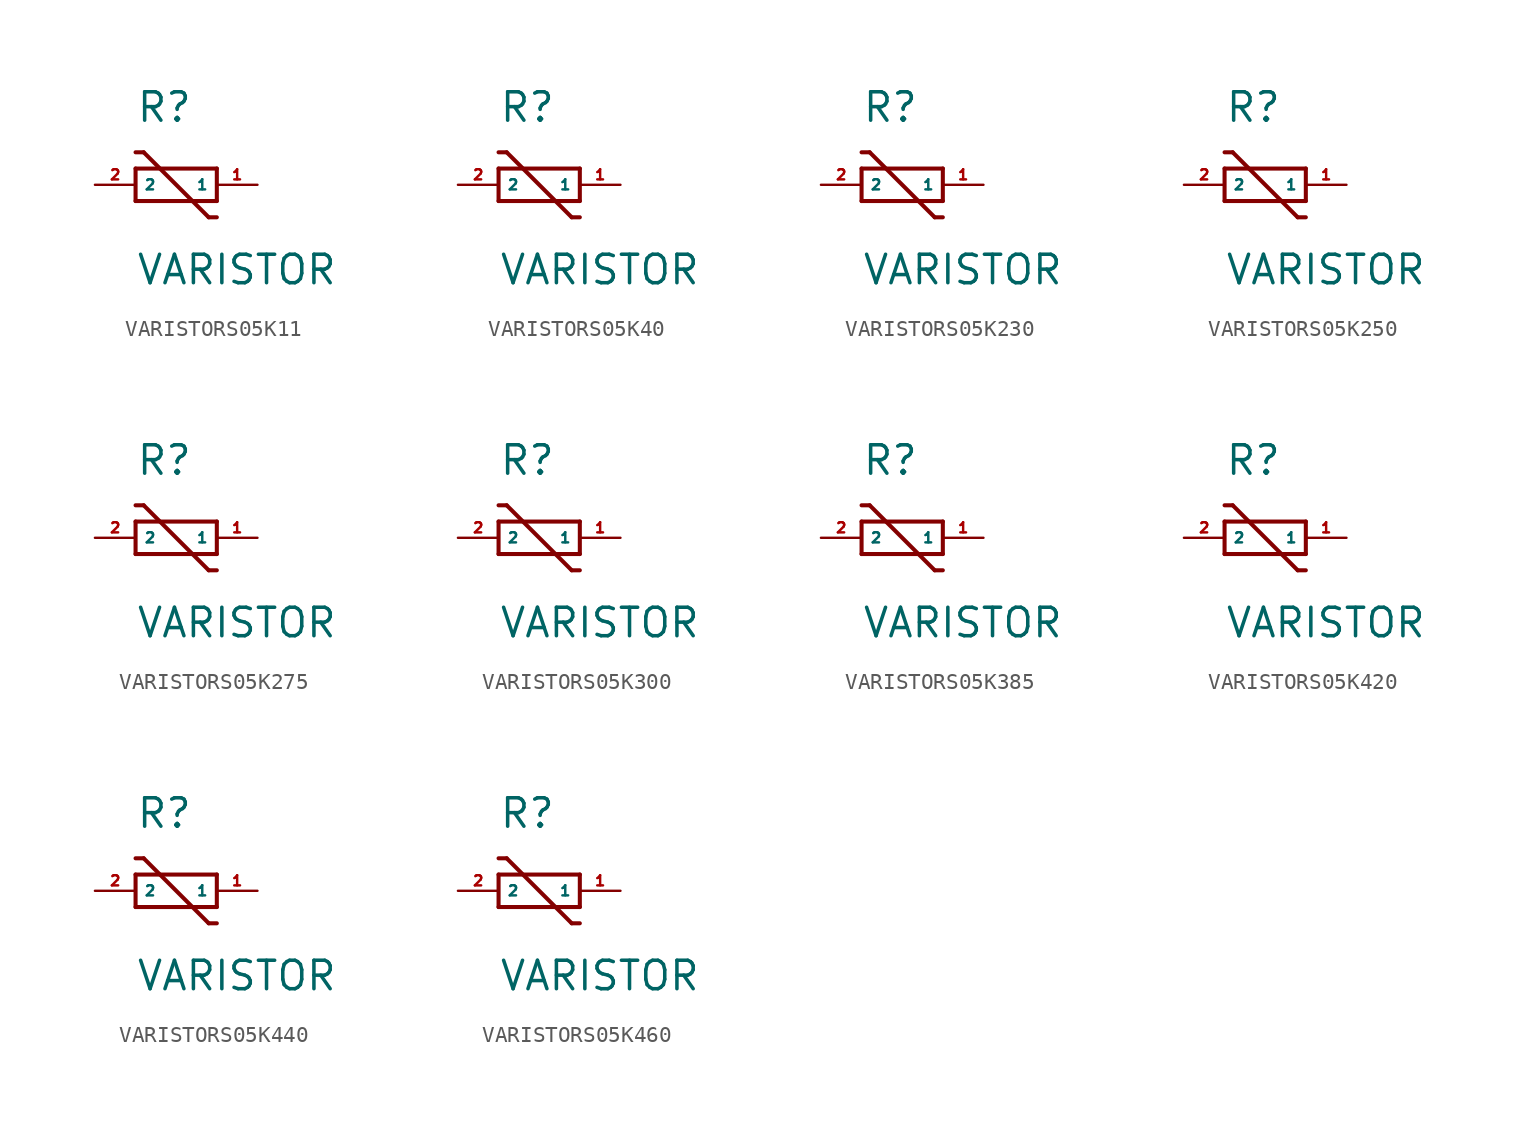
<source format=kicad_sym>
(kicad_symbol_lib
  (version 20220914)
  (generator Eagle2Kicad)
  (symbol "VARISTORS05K11"
    (property "Reference" "R"
      (at -2.54 3.81 0)
      (effects (font (size 1.778 1.778) (thickness 0.22)) (justify left bottom)))
    (property "Value" "VARISTOR"
      (at -2.54 -6.35 0)
      (effects (font (size 1.778 1.778) (thickness 0.22)) (justify left bottom)))
    (polyline
      (pts (xy 2.54 1.016) (xy 2.54 -1.016))
      (stroke (width 0.254) (type default))
      (fill (type none)))
    (polyline
      (pts (xy 2.54 -1.016) (xy -2.54 -1.016))
      (stroke (width 0.254) (type default))
      (fill (type none)))
    (polyline
      (pts (xy -2.54 -1.016) (xy -2.54 1.016))
      (stroke (width 0.254) (type default))
      (fill (type none)))
    (polyline
      (pts (xy -2.54 1.016) (xy 2.54 1.016))
      (stroke (width 0.254) (type default))
      (fill (type none)))
    (polyline
      (pts (xy 2.54 -2.032) (xy 2.032 -2.032))
      (stroke (width 0.254) (type default))
      (fill (type none)))
    (polyline
      (pts (xy -2.032 2.032) (xy -2.54 2.032))
      (stroke (width 0.254) (type default))
      (fill (type none)))
    (polyline
      (pts (xy 2.032 -2.032) (xy -2.032 2.032))
      (stroke (width 0.254) (type default))
      (fill (type none)))
    (pin passive line
      (at 5.08 0 180)
      (length 2.54)
      (name "1" (effects (font (size 0.635 0.635) (thickness 0.08)) (justify left bottom)))
      (number "1" (effects (font (size 0.635 0.635) (thickness 0.08)) (justify left bottom))))
    (pin passive line
      (at -5.08 0 0)
      (length 2.54)
      (name "2" (effects (font (size 0.635 0.635) (thickness 0.08)) (justify left bottom)))
      (number "2" (effects (font (size 0.635 0.635) (thickness 0.08)) (justify left bottom)))))
  (symbol "VARISTORS05K40"
    (property "Reference" "R"
      (at -2.54 3.81 0)
      (effects (font (size 1.778 1.778) (thickness 0.22)) (justify left bottom)))
    (property "Value" "VARISTOR"
      (at -2.54 -6.35 0)
      (effects (font (size 1.778 1.778) (thickness 0.22)) (justify left bottom)))
    (polyline
      (pts (xy 2.54 1.016) (xy 2.54 -1.016))
      (stroke (width 0.254) (type default))
      (fill (type none)))
    (polyline
      (pts (xy 2.54 -1.016) (xy -2.54 -1.016))
      (stroke (width 0.254) (type default))
      (fill (type none)))
    (polyline
      (pts (xy -2.54 -1.016) (xy -2.54 1.016))
      (stroke (width 0.254) (type default))
      (fill (type none)))
    (polyline
      (pts (xy -2.54 1.016) (xy 2.54 1.016))
      (stroke (width 0.254) (type default))
      (fill (type none)))
    (polyline
      (pts (xy 2.54 -2.032) (xy 2.032 -2.032))
      (stroke (width 0.254) (type default))
      (fill (type none)))
    (polyline
      (pts (xy -2.032 2.032) (xy -2.54 2.032))
      (stroke (width 0.254) (type default))
      (fill (type none)))
    (polyline
      (pts (xy 2.032 -2.032) (xy -2.032 2.032))
      (stroke (width 0.254) (type default))
      (fill (type none)))
    (pin passive line
      (at 5.08 0 180)
      (length 2.54)
      (name "1" (effects (font (size 0.635 0.635) (thickness 0.08)) (justify left bottom)))
      (number "1" (effects (font (size 0.635 0.635) (thickness 0.08)) (justify left bottom))))
    (pin passive line
      (at -5.08 0 0)
      (length 2.54)
      (name "2" (effects (font (size 0.635 0.635) (thickness 0.08)) (justify left bottom)))
      (number "2" (effects (font (size 0.635 0.635) (thickness 0.08)) (justify left bottom)))))
  (symbol "VARISTORS05K230"
    (property "Reference" "R"
      (at -2.54 3.81 0)
      (effects (font (size 1.778 1.778) (thickness 0.22)) (justify left bottom)))
    (property "Value" "VARISTOR"
      (at -2.54 -6.35 0)
      (effects (font (size 1.778 1.778) (thickness 0.22)) (justify left bottom)))
    (polyline
      (pts (xy 2.54 1.016) (xy 2.54 -1.016))
      (stroke (width 0.254) (type default))
      (fill (type none)))
    (polyline
      (pts (xy 2.54 -1.016) (xy -2.54 -1.016))
      (stroke (width 0.254) (type default))
      (fill (type none)))
    (polyline
      (pts (xy -2.54 -1.016) (xy -2.54 1.016))
      (stroke (width 0.254) (type default))
      (fill (type none)))
    (polyline
      (pts (xy -2.54 1.016) (xy 2.54 1.016))
      (stroke (width 0.254) (type default))
      (fill (type none)))
    (polyline
      (pts (xy 2.54 -2.032) (xy 2.032 -2.032))
      (stroke (width 0.254) (type default))
      (fill (type none)))
    (polyline
      (pts (xy -2.032 2.032) (xy -2.54 2.032))
      (stroke (width 0.254) (type default))
      (fill (type none)))
    (polyline
      (pts (xy 2.032 -2.032) (xy -2.032 2.032))
      (stroke (width 0.254) (type default))
      (fill (type none)))
    (pin passive line
      (at 5.08 0 180)
      (length 2.54)
      (name "1" (effects (font (size 0.635 0.635) (thickness 0.08)) (justify left bottom)))
      (number "1" (effects (font (size 0.635 0.635) (thickness 0.08)) (justify left bottom))))
    (pin passive line
      (at -5.08 0 0)
      (length 2.54)
      (name "2" (effects (font (size 0.635 0.635) (thickness 0.08)) (justify left bottom)))
      (number "2" (effects (font (size 0.635 0.635) (thickness 0.08)) (justify left bottom)))))
  (symbol "VARISTORS05K250"
    (property "Reference" "R"
      (at -2.54 3.81 0)
      (effects (font (size 1.778 1.778) (thickness 0.22)) (justify left bottom)))
    (property "Value" "VARISTOR"
      (at -2.54 -6.35 0)
      (effects (font (size 1.778 1.778) (thickness 0.22)) (justify left bottom)))
    (polyline
      (pts (xy 2.54 1.016) (xy 2.54 -1.016))
      (stroke (width 0.254) (type default))
      (fill (type none)))
    (polyline
      (pts (xy 2.54 -1.016) (xy -2.54 -1.016))
      (stroke (width 0.254) (type default))
      (fill (type none)))
    (polyline
      (pts (xy -2.54 -1.016) (xy -2.54 1.016))
      (stroke (width 0.254) (type default))
      (fill (type none)))
    (polyline
      (pts (xy -2.54 1.016) (xy 2.54 1.016))
      (stroke (width 0.254) (type default))
      (fill (type none)))
    (polyline
      (pts (xy 2.54 -2.032) (xy 2.032 -2.032))
      (stroke (width 0.254) (type default))
      (fill (type none)))
    (polyline
      (pts (xy -2.032 2.032) (xy -2.54 2.032))
      (stroke (width 0.254) (type default))
      (fill (type none)))
    (polyline
      (pts (xy 2.032 -2.032) (xy -2.032 2.032))
      (stroke (width 0.254) (type default))
      (fill (type none)))
    (pin passive line
      (at 5.08 0 180)
      (length 2.54)
      (name "1" (effects (font (size 0.635 0.635) (thickness 0.08)) (justify left bottom)))
      (number "1" (effects (font (size 0.635 0.635) (thickness 0.08)) (justify left bottom))))
    (pin passive line
      (at -5.08 0 0)
      (length 2.54)
      (name "2" (effects (font (size 0.635 0.635) (thickness 0.08)) (justify left bottom)))
      (number "2" (effects (font (size 0.635 0.635) (thickness 0.08)) (justify left bottom)))))
  (symbol "VARISTORS05K275"
    (property "Reference" "R"
      (at -2.54 3.81 0)
      (effects (font (size 1.778 1.778) (thickness 0.22)) (justify left bottom)))
    (property "Value" "VARISTOR"
      (at -2.54 -6.35 0)
      (effects (font (size 1.778 1.778) (thickness 0.22)) (justify left bottom)))
    (polyline
      (pts (xy 2.54 1.016) (xy 2.54 -1.016))
      (stroke (width 0.254) (type default))
      (fill (type none)))
    (polyline
      (pts (xy 2.54 -1.016) (xy -2.54 -1.016))
      (stroke (width 0.254) (type default))
      (fill (type none)))
    (polyline
      (pts (xy -2.54 -1.016) (xy -2.54 1.016))
      (stroke (width 0.254) (type default))
      (fill (type none)))
    (polyline
      (pts (xy -2.54 1.016) (xy 2.54 1.016))
      (stroke (width 0.254) (type default))
      (fill (type none)))
    (polyline
      (pts (xy 2.54 -2.032) (xy 2.032 -2.032))
      (stroke (width 0.254) (type default))
      (fill (type none)))
    (polyline
      (pts (xy -2.032 2.032) (xy -2.54 2.032))
      (stroke (width 0.254) (type default))
      (fill (type none)))
    (polyline
      (pts (xy 2.032 -2.032) (xy -2.032 2.032))
      (stroke (width 0.254) (type default))
      (fill (type none)))
    (pin passive line
      (at 5.08 0 180)
      (length 2.54)
      (name "1" (effects (font (size 0.635 0.635) (thickness 0.08)) (justify left bottom)))
      (number "1" (effects (font (size 0.635 0.635) (thickness 0.08)) (justify left bottom))))
    (pin passive line
      (at -5.08 0 0)
      (length 2.54)
      (name "2" (effects (font (size 0.635 0.635) (thickness 0.08)) (justify left bottom)))
      (number "2" (effects (font (size 0.635 0.635) (thickness 0.08)) (justify left bottom)))))
  (symbol "VARISTORS05K300"
    (property "Reference" "R"
      (at -2.54 3.81 0)
      (effects (font (size 1.778 1.778) (thickness 0.22)) (justify left bottom)))
    (property "Value" "VARISTOR"
      (at -2.54 -6.35 0)
      (effects (font (size 1.778 1.778) (thickness 0.22)) (justify left bottom)))
    (polyline
      (pts (xy 2.54 1.016) (xy 2.54 -1.016))
      (stroke (width 0.254) (type default))
      (fill (type none)))
    (polyline
      (pts (xy 2.54 -1.016) (xy -2.54 -1.016))
      (stroke (width 0.254) (type default))
      (fill (type none)))
    (polyline
      (pts (xy -2.54 -1.016) (xy -2.54 1.016))
      (stroke (width 0.254) (type default))
      (fill (type none)))
    (polyline
      (pts (xy -2.54 1.016) (xy 2.54 1.016))
      (stroke (width 0.254) (type default))
      (fill (type none)))
    (polyline
      (pts (xy 2.54 -2.032) (xy 2.032 -2.032))
      (stroke (width 0.254) (type default))
      (fill (type none)))
    (polyline
      (pts (xy -2.032 2.032) (xy -2.54 2.032))
      (stroke (width 0.254) (type default))
      (fill (type none)))
    (polyline
      (pts (xy 2.032 -2.032) (xy -2.032 2.032))
      (stroke (width 0.254) (type default))
      (fill (type none)))
    (pin passive line
      (at 5.08 0 180)
      (length 2.54)
      (name "1" (effects (font (size 0.635 0.635) (thickness 0.08)) (justify left bottom)))
      (number "1" (effects (font (size 0.635 0.635) (thickness 0.08)) (justify left bottom))))
    (pin passive line
      (at -5.08 0 0)
      (length 2.54)
      (name "2" (effects (font (size 0.635 0.635) (thickness 0.08)) (justify left bottom)))
      (number "2" (effects (font (size 0.635 0.635) (thickness 0.08)) (justify left bottom)))))
  (symbol "VARISTORS05K385"
    (property "Reference" "R"
      (at -2.54 3.81 0)
      (effects (font (size 1.778 1.778) (thickness 0.22)) (justify left bottom)))
    (property "Value" "VARISTOR"
      (at -2.54 -6.35 0)
      (effects (font (size 1.778 1.778) (thickness 0.22)) (justify left bottom)))
    (polyline
      (pts (xy 2.54 1.016) (xy 2.54 -1.016))
      (stroke (width 0.254) (type default))
      (fill (type none)))
    (polyline
      (pts (xy 2.54 -1.016) (xy -2.54 -1.016))
      (stroke (width 0.254) (type default))
      (fill (type none)))
    (polyline
      (pts (xy -2.54 -1.016) (xy -2.54 1.016))
      (stroke (width 0.254) (type default))
      (fill (type none)))
    (polyline
      (pts (xy -2.54 1.016) (xy 2.54 1.016))
      (stroke (width 0.254) (type default))
      (fill (type none)))
    (polyline
      (pts (xy 2.54 -2.032) (xy 2.032 -2.032))
      (stroke (width 0.254) (type default))
      (fill (type none)))
    (polyline
      (pts (xy -2.032 2.032) (xy -2.54 2.032))
      (stroke (width 0.254) (type default))
      (fill (type none)))
    (polyline
      (pts (xy 2.032 -2.032) (xy -2.032 2.032))
      (stroke (width 0.254) (type default))
      (fill (type none)))
    (pin passive line
      (at 5.08 0 180)
      (length 2.54)
      (name "1" (effects (font (size 0.635 0.635) (thickness 0.08)) (justify left bottom)))
      (number "1" (effects (font (size 0.635 0.635) (thickness 0.08)) (justify left bottom))))
    (pin passive line
      (at -5.08 0 0)
      (length 2.54)
      (name "2" (effects (font (size 0.635 0.635) (thickness 0.08)) (justify left bottom)))
      (number "2" (effects (font (size 0.635 0.635) (thickness 0.08)) (justify left bottom)))))
  (symbol "VARISTORS05K420"
    (property "Reference" "R"
      (at -2.54 3.81 0)
      (effects (font (size 1.778 1.778) (thickness 0.22)) (justify left bottom)))
    (property "Value" "VARISTOR"
      (at -2.54 -6.35 0)
      (effects (font (size 1.778 1.778) (thickness 0.22)) (justify left bottom)))
    (polyline
      (pts (xy 2.54 1.016) (xy 2.54 -1.016))
      (stroke (width 0.254) (type default))
      (fill (type none)))
    (polyline
      (pts (xy 2.54 -1.016) (xy -2.54 -1.016))
      (stroke (width 0.254) (type default))
      (fill (type none)))
    (polyline
      (pts (xy -2.54 -1.016) (xy -2.54 1.016))
      (stroke (width 0.254) (type default))
      (fill (type none)))
    (polyline
      (pts (xy -2.54 1.016) (xy 2.54 1.016))
      (stroke (width 0.254) (type default))
      (fill (type none)))
    (polyline
      (pts (xy 2.54 -2.032) (xy 2.032 -2.032))
      (stroke (width 0.254) (type default))
      (fill (type none)))
    (polyline
      (pts (xy -2.032 2.032) (xy -2.54 2.032))
      (stroke (width 0.254) (type default))
      (fill (type none)))
    (polyline
      (pts (xy 2.032 -2.032) (xy -2.032 2.032))
      (stroke (width 0.254) (type default))
      (fill (type none)))
    (pin passive line
      (at 5.08 0 180)
      (length 2.54)
      (name "1" (effects (font (size 0.635 0.635) (thickness 0.08)) (justify left bottom)))
      (number "1" (effects (font (size 0.635 0.635) (thickness 0.08)) (justify left bottom))))
    (pin passive line
      (at -5.08 0 0)
      (length 2.54)
      (name "2" (effects (font (size 0.635 0.635) (thickness 0.08)) (justify left bottom)))
      (number "2" (effects (font (size 0.635 0.635) (thickness 0.08)) (justify left bottom)))))
  (symbol "VARISTORS05K440"
    (property "Reference" "R"
      (at -2.54 3.81 0)
      (effects (font (size 1.778 1.778) (thickness 0.22)) (justify left bottom)))
    (property "Value" "VARISTOR"
      (at -2.54 -6.35 0)
      (effects (font (size 1.778 1.778) (thickness 0.22)) (justify left bottom)))
    (polyline
      (pts (xy 2.54 1.016) (xy 2.54 -1.016))
      (stroke (width 0.254) (type default))
      (fill (type none)))
    (polyline
      (pts (xy 2.54 -1.016) (xy -2.54 -1.016))
      (stroke (width 0.254) (type default))
      (fill (type none)))
    (polyline
      (pts (xy -2.54 -1.016) (xy -2.54 1.016))
      (stroke (width 0.254) (type default))
      (fill (type none)))
    (polyline
      (pts (xy -2.54 1.016) (xy 2.54 1.016))
      (stroke (width 0.254) (type default))
      (fill (type none)))
    (polyline
      (pts (xy 2.54 -2.032) (xy 2.032 -2.032))
      (stroke (width 0.254) (type default))
      (fill (type none)))
    (polyline
      (pts (xy -2.032 2.032) (xy -2.54 2.032))
      (stroke (width 0.254) (type default))
      (fill (type none)))
    (polyline
      (pts (xy 2.032 -2.032) (xy -2.032 2.032))
      (stroke (width 0.254) (type default))
      (fill (type none)))
    (pin passive line
      (at 5.08 0 180)
      (length 2.54)
      (name "1" (effects (font (size 0.635 0.635) (thickness 0.08)) (justify left bottom)))
      (number "1" (effects (font (size 0.635 0.635) (thickness 0.08)) (justify left bottom))))
    (pin passive line
      (at -5.08 0 0)
      (length 2.54)
      (name "2" (effects (font (size 0.635 0.635) (thickness 0.08)) (justify left bottom)))
      (number "2" (effects (font (size 0.635 0.635) (thickness 0.08)) (justify left bottom)))))
  (symbol "VARISTORS05K460"
    (property "Reference" "R"
      (at -2.54 3.81 0)
      (effects (font (size 1.778 1.778) (thickness 0.22)) (justify left bottom)))
    (property "Value" "VARISTOR"
      (at -2.54 -6.35 0)
      (effects (font (size 1.778 1.778) (thickness 0.22)) (justify left bottom)))
    (polyline
      (pts (xy 2.54 1.016) (xy 2.54 -1.016))
      (stroke (width 0.254) (type default))
      (fill (type none)))
    (polyline
      (pts (xy 2.54 -1.016) (xy -2.54 -1.016))
      (stroke (width 0.254) (type default))
      (fill (type none)))
    (polyline
      (pts (xy -2.54 -1.016) (xy -2.54 1.016))
      (stroke (width 0.254) (type default))
      (fill (type none)))
    (polyline
      (pts (xy -2.54 1.016) (xy 2.54 1.016))
      (stroke (width 0.254) (type default))
      (fill (type none)))
    (polyline
      (pts (xy 2.54 -2.032) (xy 2.032 -2.032))
      (stroke (width 0.254) (type default))
      (fill (type none)))
    (polyline
      (pts (xy -2.032 2.032) (xy -2.54 2.032))
      (stroke (width 0.254) (type default))
      (fill (type none)))
    (polyline
      (pts (xy 2.032 -2.032) (xy -2.032 2.032))
      (stroke (width 0.254) (type default))
      (fill (type none)))
    (pin passive line
      (at 5.08 0 180)
      (length 2.54)
      (name "1" (effects (font (size 0.635 0.635) (thickness 0.08)) (justify left bottom)))
      (number "1" (effects (font (size 0.635 0.635) (thickness 0.08)) (justify left bottom))))
    (pin passive line
      (at -5.08 0 0)
      (length 2.54)
      (name "2" (effects (font (size 0.635 0.635) (thickness 0.08)) (justify left bottom)))
      (number "2" (effects (font (size 0.635 0.635) (thickness 0.08)) (justify left bottom))))))
</source>
